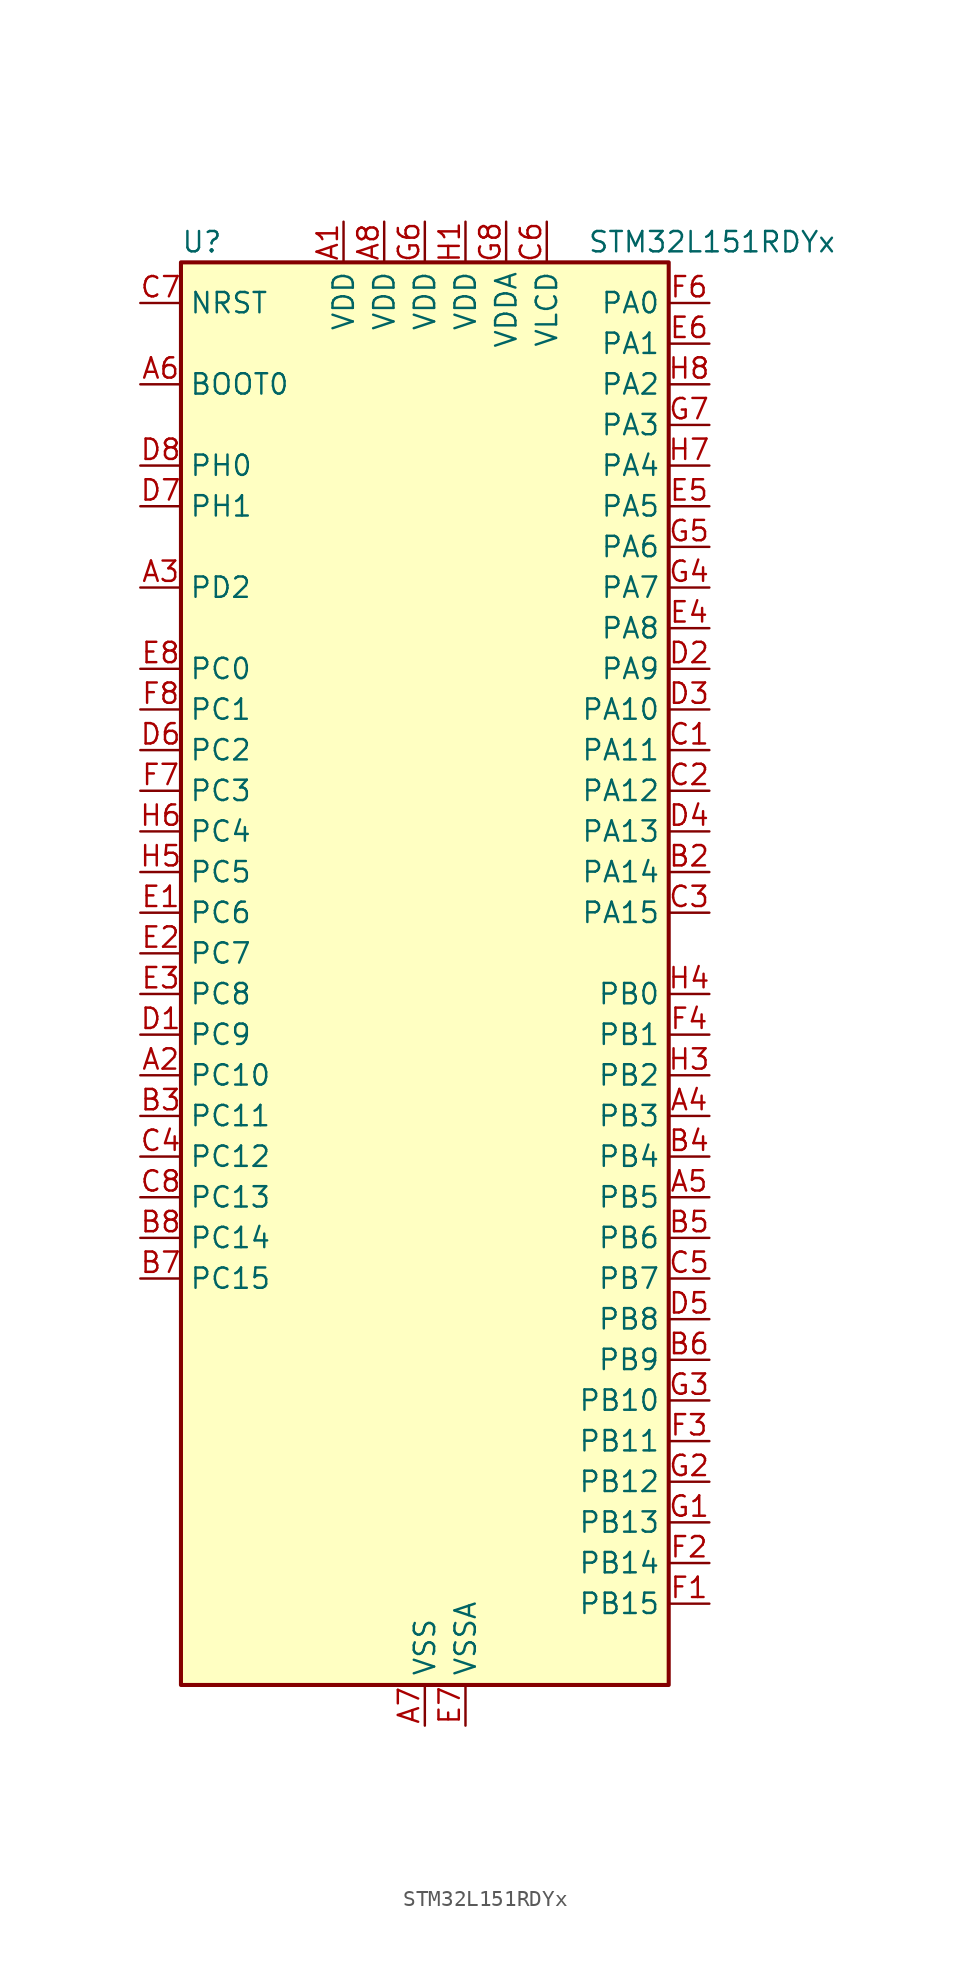
<source format=kicad_sym>
(kicad_symbol_lib
  (version 20231120)
  (generator "kicad-library-utils")
  (generator_version "8.0")
  (symbol "STM32L151RDYx"
    (property "Reference" "U"
      (at -15.24 46.99 0)
      (effects (font (size 1.27 1.27)) (justify left)))
    (property "Value" "STM32L151RDYx"
      (at 10.16 46.99 0)
      (effects (font (size 1.27 1.27)) (justify left)))
    (symbol "STM32L151RDYx_0_1"
      (rectangle (start -15.24 -43.18) (end 15.24 45.72) (stroke (width 0.254) (type default)) (fill (type background))))
    (symbol "STM32L151RDYx_1_1"
      (pin power_in line (at -5.08 48.26 270) (length 2.54) (name "VDD" (effects (font (size 1.27 1.27)))) (number "A1" (effects (font (size 1.27 1.27)))))
      (pin bidirectional line (at -17.78 -5.08 0) (length 2.54) (name "PC10" (effects (font (size 1.27 1.27)))) (number "A2" (effects (font (size 1.27 1.27)))) (alternate "I2S3_CK" bidirectional line) (alternate "SDIO_D2" bidirectional line) (alternate "SPI3_SCK" bidirectional line) (alternate "TIMX_IC3" bidirectional line) (alternate "UART4_TX" bidirectional line) (alternate "USART3_TX" bidirectional line))
      (pin bidirectional line (at -17.78 25.4 0) (length 2.54) (name "PD2" (effects (font (size 1.27 1.27)))) (number "A3" (effects (font (size 1.27 1.27)))) (alternate "SDIO_CMD" bidirectional line) (alternate "TIM3_ETR" bidirectional line) (alternate "TIMX_IC3" bidirectional line) (alternate "UART5_RX" bidirectional line))
      (pin bidirectional line (at 17.78 -7.62 180) (length 2.54) (name "PB3" (effects (font (size 1.27 1.27)))) (number "A4" (effects (font (size 1.27 1.27)))) (alternate "COMP2_INM" bidirectional line) (alternate "I2S3_CK" bidirectional line) (alternate "SPI1_SCK" bidirectional line) (alternate "SPI3_SCK" bidirectional line) (alternate "SYS_JTDO-TRACESWO" bidirectional line) (alternate "TIM2_CH2" bidirectional line))
      (pin bidirectional line (at 17.78 -12.7 180) (length 2.54) (name "PB5" (effects (font (size 1.27 1.27)))) (number "A5" (effects (font (size 1.27 1.27)))) (alternate "COMP2_INP" bidirectional line) (alternate "I2C1_SMBA" bidirectional line) (alternate "I2S3_SD" bidirectional line) (alternate "SPI1_MOSI" bidirectional line) (alternate "SPI3_MOSI" bidirectional line) (alternate "TIM3_CH2" bidirectional line) (alternate "TS_G6_IO2" bidirectional line))
      (pin input line (at -17.78 38.1 0) (length 2.54) (name "BOOT0" (effects (font (size 1.27 1.27)))) (number "A6" (effects (font (size 1.27 1.27)))))
      (pin power_in line (at 0 -45.72 90) (length 2.54) (name "VSS" (effects (font (size 1.27 1.27)))) (number "A7" (effects (font (size 1.27 1.27)))))
      (pin power_in line (at -2.54 48.26 270) (length 2.54) (name "VDD" (effects (font (size 1.27 1.27)))) (number "A8" (effects (font (size 1.27 1.27)))))
      (pin passive line (at 0 -45.72 90) (length 2.54) hide (name "VSS" (effects (font (size 1.27 1.27)))) (number "B1" (effects (font (size 1.27 1.27)))))
      (pin bidirectional line (at 17.78 7.62 180) (length 2.54) (name "PA14" (effects (font (size 1.27 1.27)))) (number "B2" (effects (font (size 1.27 1.27)))) (alternate "SYS_JTCK-SWCLK" bidirectional line) (alternate "TIMX_IC3" bidirectional line) (alternate "TS_G5_IO2" bidirectional line))
      (pin bidirectional line (at -17.78 -7.62 0) (length 2.54) (name "PC11" (effects (font (size 1.27 1.27)))) (number "B3" (effects (font (size 1.27 1.27)))) (alternate "ADC_EXTI11" bidirectional line) (alternate "SDIO_D3" bidirectional line) (alternate "SPI3_MISO" bidirectional line) (alternate "TIMX_IC4" bidirectional line) (alternate "UART4_RX" bidirectional line) (alternate "USART3_RX" bidirectional line))
      (pin bidirectional line (at 17.78 -10.16 180) (length 2.54) (name "PB4" (effects (font (size 1.27 1.27)))) (number "B4" (effects (font (size 1.27 1.27)))) (alternate "COMP2_INP" bidirectional line) (alternate "SPI1_MISO" bidirectional line) (alternate "SPI3_MISO" bidirectional line) (alternate "SYS_JTRST" bidirectional line) (alternate "TIM3_CH1" bidirectional line) (alternate "TS_G6_IO1" bidirectional line))
      (pin bidirectional line (at 17.78 -15.24 180) (length 2.54) (name "PB6" (effects (font (size 1.27 1.27)))) (number "B5" (effects (font (size 1.27 1.27)))) (alternate "COMP2_INP" bidirectional line) (alternate "I2C1_SCL" bidirectional line) (alternate "TIM4_CH1" bidirectional line) (alternate "TS_G6_IO3" bidirectional line) (alternate "USART1_TX" bidirectional line))
      (pin bidirectional line (at 17.78 -22.86 180) (length 2.54) (name "PB9" (effects (font (size 1.27 1.27)))) (number "B6" (effects (font (size 1.27 1.27)))) (alternate "DAC_EXTI9" bidirectional line) (alternate "I2C1_SDA" bidirectional line) (alternate "SDIO_D5" bidirectional line) (alternate "TIM11_CH1" bidirectional line) (alternate "TIM4_CH4" bidirectional line))
      (pin bidirectional line (at -17.78 -17.78 0) (length 2.54) (name "PC15" (effects (font (size 1.27 1.27)))) (number "B7" (effects (font (size 1.27 1.27)))) (alternate "ADC_EXTI15" bidirectional line) (alternate "RCC_OSC32_OUT" bidirectional line) (alternate "TIMX_IC4" bidirectional line))
      (pin bidirectional line (at -17.78 -15.24 0) (length 2.54) (name "PC14" (effects (font (size 1.27 1.27)))) (number "B8" (effects (font (size 1.27 1.27)))) (alternate "RCC_OSC32_IN" bidirectional line) (alternate "TIMX_IC3" bidirectional line))
      (pin bidirectional line (at 17.78 15.24 180) (length 2.54) (name "PA11" (effects (font (size 1.27 1.27)))) (number "C1" (effects (font (size 1.27 1.27)))) (alternate "ADC_EXTI11" bidirectional line) (alternate "SPI1_MISO" bidirectional line) (alternate "TIMX_IC4" bidirectional line) (alternate "USART1_CTS" bidirectional line) (alternate "USB_DM" bidirectional line))
      (pin bidirectional line (at 17.78 12.7 180) (length 2.54) (name "PA12" (effects (font (size 1.27 1.27)))) (number "C2" (effects (font (size 1.27 1.27)))) (alternate "SPI1_MOSI" bidirectional line) (alternate "TIMX_IC1" bidirectional line) (alternate "USART1_RTS" bidirectional line) (alternate "USB_DP" bidirectional line))
      (pin bidirectional line (at 17.78 5.08 180) (length 2.54) (name "PA15" (effects (font (size 1.27 1.27)))) (number "C3" (effects (font (size 1.27 1.27)))) (alternate "ADC_EXTI15" bidirectional line) (alternate "I2S3_WS" bidirectional line) (alternate "SPI1_NSS" bidirectional line) (alternate "SPI3_NSS" bidirectional line) (alternate "SYS_JTDI" bidirectional line) (alternate "TIM2_CH1" bidirectional line) (alternate "TIM2_ETR" bidirectional line) (alternate "TIMX_IC4" bidirectional line) (alternate "TS_G5_IO3" bidirectional line))
      (pin bidirectional line (at -17.78 -10.16 0) (length 2.54) (name "PC12" (effects (font (size 1.27 1.27)))) (number "C4" (effects (font (size 1.27 1.27)))) (alternate "I2S3_SD" bidirectional line) (alternate "SDIO_CK" bidirectional line) (alternate "SPI3_MOSI" bidirectional line) (alternate "TIMX_IC1" bidirectional line) (alternate "UART5_TX" bidirectional line) (alternate "USART3_CK" bidirectional line))
      (pin bidirectional line (at 17.78 -17.78 180) (length 2.54) (name "PB7" (effects (font (size 1.27 1.27)))) (number "C5" (effects (font (size 1.27 1.27)))) (alternate "COMP2_INP" bidirectional line) (alternate "I2C1_SDA" bidirectional line) (alternate "SYS_PVD_IN" bidirectional line) (alternate "TIM4_CH2" bidirectional line) (alternate "TS_G6_IO4" bidirectional line) (alternate "USART1_RX" bidirectional line))
      (pin power_in line (at 7.62 48.26 270) (length 2.54) (name "VLCD" (effects (font (size 1.27 1.27)))) (number "C6" (effects (font (size 1.27 1.27)))))
      (pin input line (at -17.78 43.18 0) (length 2.54) (name "NRST" (effects (font (size 1.27 1.27)))) (number "C7" (effects (font (size 1.27 1.27)))))
      (pin bidirectional line (at -17.78 -12.7 0) (length 2.54) (name "PC13" (effects (font (size 1.27 1.27)))) (number "C8" (effects (font (size 1.27 1.27)))) (alternate "RTC_OUT_ALARM" bidirectional line) (alternate "RTC_OUT_CALIB" bidirectional line) (alternate "RTC_TAMP1" bidirectional line) (alternate "RTC_TS" bidirectional line) (alternate "SYS_WKUP2" bidirectional line) (alternate "TIMX_IC2" bidirectional line))
      (pin bidirectional line (at -17.78 -2.54 0) (length 2.54) (name "PC9" (effects (font (size 1.27 1.27)))) (number "D1" (effects (font (size 1.27 1.27)))) (alternate "DAC_EXTI9" bidirectional line) (alternate "SDIO_D1" bidirectional line) (alternate "TIM3_CH4" bidirectional line) (alternate "TIMX_IC2" bidirectional line) (alternate "TS_G10_IO4" bidirectional line))
      (pin bidirectional line (at 17.78 20.32 180) (length 2.54) (name "PA9" (effects (font (size 1.27 1.27)))) (number "D2" (effects (font (size 1.27 1.27)))) (alternate "DAC_EXTI9" bidirectional line) (alternate "TIMX_IC2" bidirectional line) (alternate "TS_G4_IO2" bidirectional line) (alternate "USART1_TX" bidirectional line))
      (pin bidirectional line (at 17.78 17.78 180) (length 2.54) (name "PA10" (effects (font (size 1.27 1.27)))) (number "D3" (effects (font (size 1.27 1.27)))) (alternate "TIMX_IC3" bidirectional line) (alternate "TS_G4_IO3" bidirectional line) (alternate "USART1_RX" bidirectional line))
      (pin bidirectional line (at 17.78 10.16 180) (length 2.54) (name "PA13" (effects (font (size 1.27 1.27)))) (number "D4" (effects (font (size 1.27 1.27)))) (alternate "SYS_JTMS-SWDIO" bidirectional line) (alternate "TIMX_IC2" bidirectional line) (alternate "TS_G5_IO1" bidirectional line))
      (pin bidirectional line (at 17.78 -20.32 180) (length 2.54) (name "PB8" (effects (font (size 1.27 1.27)))) (number "D5" (effects (font (size 1.27 1.27)))) (alternate "I2C1_SCL" bidirectional line) (alternate "SDIO_D4" bidirectional line) (alternate "TIM10_CH1" bidirectional line) (alternate "TIM4_CH3" bidirectional line))
      (pin bidirectional line (at -17.78 15.24 0) (length 2.54) (name "PC2" (effects (font (size 1.27 1.27)))) (number "D6" (effects (font (size 1.27 1.27)))) (alternate "ADC_IN12" bidirectional line) (alternate "COMP1_INP" bidirectional line) (alternate "OPAMP3_VINM" bidirectional line) (alternate "TIMX_IC3" bidirectional line) (alternate "TS_G8_IO3" bidirectional line))
      (pin bidirectional line (at -17.78 30.48 0) (length 2.54) (name "PH1" (effects (font (size 1.27 1.27)))) (number "D7" (effects (font (size 1.27 1.27)))) (alternate "RCC_OSC_OUT" bidirectional line))
      (pin bidirectional line (at -17.78 33.02 0) (length 2.54) (name "PH0" (effects (font (size 1.27 1.27)))) (number "D8" (effects (font (size 1.27 1.27)))) (alternate "RCC_OSC_IN" bidirectional line))
      (pin bidirectional line (at -17.78 5.08 0) (length 2.54) (name "PC6" (effects (font (size 1.27 1.27)))) (number "E1" (effects (font (size 1.27 1.27)))) (alternate "I2S2_MCK" bidirectional line) (alternate "SDIO_D6" bidirectional line) (alternate "TIM3_CH1" bidirectional line) (alternate "TIMX_IC3" bidirectional line) (alternate "TS_G10_IO1" bidirectional line))
      (pin bidirectional line (at -17.78 2.54 0) (length 2.54) (name "PC7" (effects (font (size 1.27 1.27)))) (number "E2" (effects (font (size 1.27 1.27)))) (alternate "I2S3_MCK" bidirectional line) (alternate "SDIO_D7" bidirectional line) (alternate "TIM3_CH2" bidirectional line) (alternate "TIMX_IC4" bidirectional line) (alternate "TS_G10_IO2" bidirectional line))
      (pin bidirectional line (at -17.78 0 0) (length 2.54) (name "PC8" (effects (font (size 1.27 1.27)))) (number "E3" (effects (font (size 1.27 1.27)))) (alternate "SDIO_D0" bidirectional line) (alternate "TIM3_CH3" bidirectional line) (alternate "TIMX_IC1" bidirectional line) (alternate "TS_G10_IO3" bidirectional line))
      (pin bidirectional line (at 17.78 22.86 180) (length 2.54) (name "PA8" (effects (font (size 1.27 1.27)))) (number "E4" (effects (font (size 1.27 1.27)))) (alternate "RCC_MCO" bidirectional line) (alternate "TIMX_IC1" bidirectional line) (alternate "TS_G4_IO1" bidirectional line) (alternate "USART1_CK" bidirectional line))
      (pin bidirectional line (at 17.78 30.48 180) (length 2.54) (name "PA5" (effects (font (size 1.27 1.27)))) (number "E5" (effects (font (size 1.27 1.27)))) (alternate "ADC_IN5" bidirectional line) (alternate "COMP1_INP" bidirectional line) (alternate "DAC_OUT2" bidirectional line) (alternate "SPI1_SCK" bidirectional line) (alternate "TIM2_CH1" bidirectional line) (alternate "TIM2_ETR" bidirectional line) (alternate "TIMX_IC2" bidirectional line))
      (pin bidirectional line (at 17.78 40.64 180) (length 2.54) (name "PA1" (effects (font (size 1.27 1.27)))) (number "E6" (effects (font (size 1.27 1.27)))) (alternate "ADC_IN1" bidirectional line) (alternate "COMP1_INP" bidirectional line) (alternate "OPAMP1_VINP" bidirectional line) (alternate "TIM2_CH2" bidirectional line) (alternate "TIM5_CH2" bidirectional line) (alternate "TIMX_IC2" bidirectional line) (alternate "TS_G1_IO2" bidirectional line) (alternate "USART2_RTS" bidirectional line))
      (pin power_in line (at 2.54 -45.72 90) (length 2.54) (name "VSSA" (effects (font (size 1.27 1.27)))) (number "E7" (effects (font (size 1.27 1.27)))))
      (pin bidirectional line (at -17.78 20.32 0) (length 2.54) (name "PC0" (effects (font (size 1.27 1.27)))) (number "E8" (effects (font (size 1.27 1.27)))) (alternate "ADC_IN10" bidirectional line) (alternate "COMP1_INP" bidirectional line) (alternate "TIMX_IC1" bidirectional line) (alternate "TS_G8_IO1" bidirectional line))
      (pin bidirectional line (at 17.78 -38.1 180) (length 2.54) (name "PB15" (effects (font (size 1.27 1.27)))) (number "F1" (effects (font (size 1.27 1.27)))) (alternate "ADC_EXTI15" bidirectional line) (alternate "ADC_IN21" bidirectional line) (alternate "COMP1_INP" bidirectional line) (alternate "I2S2_SD" bidirectional line) (alternate "RTC_REFIN" bidirectional line) (alternate "SPI2_MOSI" bidirectional line) (alternate "TIM11_CH1" bidirectional line) (alternate "TS_G7_IO4" bidirectional line))
      (pin bidirectional line (at 17.78 -35.56 180) (length 2.54) (name "PB14" (effects (font (size 1.27 1.27)))) (number "F2" (effects (font (size 1.27 1.27)))) (alternate "ADC_IN20" bidirectional line) (alternate "COMP1_INP" bidirectional line) (alternate "SPI2_MISO" bidirectional line) (alternate "TIM9_CH2" bidirectional line) (alternate "TS_G7_IO3" bidirectional line) (alternate "USART3_RTS" bidirectional line))
      (pin bidirectional line (at 17.78 -27.94 180) (length 2.54) (name "PB11" (effects (font (size 1.27 1.27)))) (number "F3" (effects (font (size 1.27 1.27)))) (alternate "ADC_EXTI11" bidirectional line) (alternate "I2C2_SDA" bidirectional line) (alternate "TIM2_CH4" bidirectional line) (alternate "USART3_RX" bidirectional line))
      (pin bidirectional line (at 17.78 -2.54 180) (length 2.54) (name "PB1" (effects (font (size 1.27 1.27)))) (number "F4" (effects (font (size 1.27 1.27)))) (alternate "ADC_IN9" bidirectional line) (alternate "COMP1_INP" bidirectional line) (alternate "SYS_V_REF_OUT" bidirectional line) (alternate "TIM3_CH4" bidirectional line) (alternate "TS_G3_IO2" bidirectional line))
      (pin passive line (at 0 -45.72 90) (length 2.54) hide (name "VSS" (effects (font (size 1.27 1.27)))) (number "F5" (effects (font (size 1.27 1.27)))))
      (pin bidirectional line (at 17.78 43.18 180) (length 2.54) (name "PA0" (effects (font (size 1.27 1.27)))) (number "F6" (effects (font (size 1.27 1.27)))) (alternate "ADC_IN0" bidirectional line) (alternate "COMP1_INP" bidirectional line) (alternate "RTC_TAMP2" bidirectional line) (alternate "SYS_WKUP1" bidirectional line) (alternate "TIM2_CH1" bidirectional line) (alternate "TIM2_ETR" bidirectional line) (alternate "TIM5_CH1" bidirectional line) (alternate "TIMX_IC1" bidirectional line) (alternate "TS_G1_IO1" bidirectional line) (alternate "USART2_CTS" bidirectional line))
      (pin bidirectional line (at -17.78 12.7 0) (length 2.54) (name "PC3" (effects (font (size 1.27 1.27)))) (number "F7" (effects (font (size 1.27 1.27)))) (alternate "ADC_IN13" bidirectional line) (alternate "COMP1_INP" bidirectional line) (alternate "OPAMP3_VOUT" bidirectional line) (alternate "TIMX_IC4" bidirectional line) (alternate "TS_G8_IO4" bidirectional line))
      (pin bidirectional line (at -17.78 17.78 0) (length 2.54) (name "PC1" (effects (font (size 1.27 1.27)))) (number "F8" (effects (font (size 1.27 1.27)))) (alternate "ADC_IN11" bidirectional line) (alternate "COMP1_INP" bidirectional line) (alternate "OPAMP3_VINP" bidirectional line) (alternate "TIMX_IC2" bidirectional line) (alternate "TS_G8_IO2" bidirectional line))
      (pin bidirectional line (at 17.78 -33.02 180) (length 2.54) (name "PB13" (effects (font (size 1.27 1.27)))) (number "G1" (effects (font (size 1.27 1.27)))) (alternate "ADC_IN19" bidirectional line) (alternate "COMP1_INP" bidirectional line) (alternate "I2S2_CK" bidirectional line) (alternate "SPI2_SCK" bidirectional line) (alternate "TIM9_CH1" bidirectional line) (alternate "TS_G7_IO2" bidirectional line) (alternate "USART3_CTS" bidirectional line))
      (pin bidirectional line (at 17.78 -30.48 180) (length 2.54) (name "PB12" (effects (font (size 1.27 1.27)))) (number "G2" (effects (font (size 1.27 1.27)))) (alternate "ADC_IN18" bidirectional line) (alternate "COMP1_INP" bidirectional line) (alternate "I2C2_SMBA" bidirectional line) (alternate "I2S2_WS" bidirectional line) (alternate "SPI2_NSS" bidirectional line) (alternate "TIM10_CH1" bidirectional line) (alternate "TS_G7_IO1" bidirectional line) (alternate "USART3_CK" bidirectional line))
      (pin bidirectional line (at 17.78 -25.4 180) (length 2.54) (name "PB10" (effects (font (size 1.27 1.27)))) (number "G3" (effects (font (size 1.27 1.27)))) (alternate "I2C2_SCL" bidirectional line) (alternate "TIM2_CH3" bidirectional line) (alternate "USART3_TX" bidirectional line))
      (pin bidirectional line (at 17.78 25.4 180) (length 2.54) (name "PA7" (effects (font (size 1.27 1.27)))) (number "G4" (effects (font (size 1.27 1.27)))) (alternate "ADC_IN7" bidirectional line) (alternate "COMP1_INP" bidirectional line) (alternate "OPAMP2_VINM" bidirectional line) (alternate "SPI1_MOSI" bidirectional line) (alternate "TIM11_CH1" bidirectional line) (alternate "TIM3_CH2" bidirectional line) (alternate "TIMX_IC4" bidirectional line) (alternate "TS_G2_IO2" bidirectional line))
      (pin bidirectional line (at 17.78 27.94 180) (length 2.54) (name "PA6" (effects (font (size 1.27 1.27)))) (number "G5" (effects (font (size 1.27 1.27)))) (alternate "ADC_IN6" bidirectional line) (alternate "COMP1_INP" bidirectional line) (alternate "OPAMP2_VINP" bidirectional line) (alternate "SPI1_MISO" bidirectional line) (alternate "TIM10_CH1" bidirectional line) (alternate "TIM3_CH1" bidirectional line) (alternate "TIMX_IC3" bidirectional line) (alternate "TS_G2_IO1" bidirectional line))
      (pin power_in line (at 0 48.26 270) (length 2.54) (name "VDD" (effects (font (size 1.27 1.27)))) (number "G6" (effects (font (size 1.27 1.27)))))
      (pin bidirectional line (at 17.78 35.56 180) (length 2.54) (name "PA3" (effects (font (size 1.27 1.27)))) (number "G7" (effects (font (size 1.27 1.27)))) (alternate "ADC_IN3" bidirectional line) (alternate "COMP1_INP" bidirectional line) (alternate "OPAMP1_VOUT" bidirectional line) (alternate "TIM2_CH4" bidirectional line) (alternate "TIM5_CH4" bidirectional line) (alternate "TIM9_CH2" bidirectional line) (alternate "TIMX_IC4" bidirectional line) (alternate "TS_G1_IO4" bidirectional line) (alternate "USART2_RX" bidirectional line))
      (pin power_in line (at 5.08 48.26 270) (length 2.54) (name "VDDA" (effects (font (size 1.27 1.27)))) (number "G8" (effects (font (size 1.27 1.27)))))
      (pin power_in line (at 2.54 48.26 270) (length 2.54) (name "VDD" (effects (font (size 1.27 1.27)))) (number "H1" (effects (font (size 1.27 1.27)))))
      (pin passive line (at 0 -45.72 90) (length 2.54) hide (name "VSS" (effects (font (size 1.27 1.27)))) (number "H2" (effects (font (size 1.27 1.27)))))
      (pin bidirectional line (at 17.78 -5.08 180) (length 2.54) (name "PB2" (effects (font (size 1.27 1.27)))) (number "H3" (effects (font (size 1.27 1.27)))) (alternate "TS_G3_IO3" bidirectional line))
      (pin bidirectional line (at 17.78 0 180) (length 2.54) (name "PB0" (effects (font (size 1.27 1.27)))) (number "H4" (effects (font (size 1.27 1.27)))) (alternate "ADC_IN8" bidirectional line) (alternate "COMP1_INP" bidirectional line) (alternate "OPAMP2_VOUT" bidirectional line) (alternate "SYS_V_REF_OUT" bidirectional line) (alternate "TIM3_CH3" bidirectional line) (alternate "TS_G3_IO1" bidirectional line))
      (pin bidirectional line (at -17.78 7.62 0) (length 2.54) (name "PC5" (effects (font (size 1.27 1.27)))) (number "H5" (effects (font (size 1.27 1.27)))) (alternate "ADC_IN15" bidirectional line) (alternate "COMP1_INP" bidirectional line) (alternate "TIMX_IC2" bidirectional line) (alternate "TS_G9_IO2" bidirectional line))
      (pin bidirectional line (at -17.78 10.16 0) (length 2.54) (name "PC4" (effects (font (size 1.27 1.27)))) (number "H6" (effects (font (size 1.27 1.27)))) (alternate "ADC_IN14" bidirectional line) (alternate "COMP1_INP" bidirectional line) (alternate "TIMX_IC1" bidirectional line) (alternate "TS_G9_IO1" bidirectional line))
      (pin bidirectional line (at 17.78 33.02 180) (length 2.54) (name "PA4" (effects (font (size 1.27 1.27)))) (number "H7" (effects (font (size 1.27 1.27)))) (alternate "ADC_IN4" bidirectional line) (alternate "COMP1_INP" bidirectional line) (alternate "DAC_OUT1" bidirectional line) (alternate "I2S3_WS" bidirectional line) (alternate "SPI1_NSS" bidirectional line) (alternate "SPI3_NSS" bidirectional line) (alternate "TIMX_IC1" bidirectional line) (alternate "USART2_CK" bidirectional line))
      (pin bidirectional line (at 17.78 38.1 180) (length 2.54) (name "PA2" (effects (font (size 1.27 1.27)))) (number "H8" (effects (font (size 1.27 1.27)))) (alternate "ADC_IN2" bidirectional line) (alternate "COMP1_INP" bidirectional line) (alternate "OPAMP1_VINM" bidirectional line) (alternate "TIM2_CH3" bidirectional line) (alternate "TIM5_CH3" bidirectional line) (alternate "TIM9_CH1" bidirectional line) (alternate "TIMX_IC3" bidirectional line) (alternate "TS_G1_IO3" bidirectional line) (alternate "USART2_TX" bidirectional line)))))
</source>
